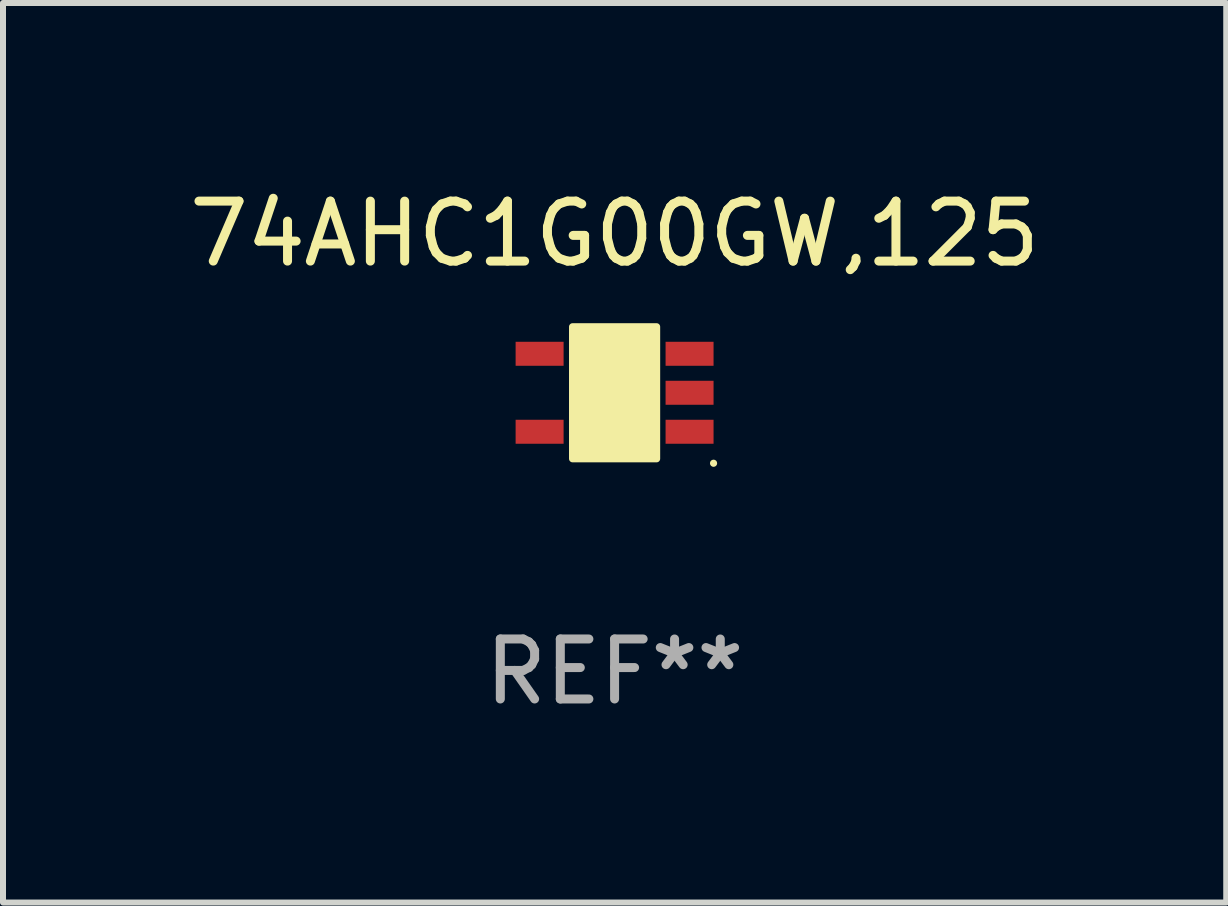
<source format=kicad_pcb>
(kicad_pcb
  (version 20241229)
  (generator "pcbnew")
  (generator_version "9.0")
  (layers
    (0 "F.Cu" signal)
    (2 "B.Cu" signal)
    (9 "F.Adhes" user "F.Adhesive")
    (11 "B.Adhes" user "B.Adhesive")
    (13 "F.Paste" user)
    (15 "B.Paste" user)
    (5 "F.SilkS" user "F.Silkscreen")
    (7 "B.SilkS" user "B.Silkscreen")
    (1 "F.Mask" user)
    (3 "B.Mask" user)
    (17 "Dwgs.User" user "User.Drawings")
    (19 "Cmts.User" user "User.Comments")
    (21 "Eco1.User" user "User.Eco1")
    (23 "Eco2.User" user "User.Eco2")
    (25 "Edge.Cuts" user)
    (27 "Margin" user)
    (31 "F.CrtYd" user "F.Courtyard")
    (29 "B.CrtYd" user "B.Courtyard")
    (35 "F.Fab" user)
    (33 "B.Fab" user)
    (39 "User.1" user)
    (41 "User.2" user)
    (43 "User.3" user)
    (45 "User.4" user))
  (footprint "74AHC1G00GW,125"
    (layer "F.Cu")
    (at 7.196 3.498)
    (property "Reference" "74AHC1G00GW,125" (at 0 -2.65 0) (layer "F.SilkS") (effects (font (size 1 1) (thickness 0.15))))
    (attr through_hole)
    (fp_arc (start 0.381001 0.637541) (mid 0.380995 0.636271) (end 0.381001 0.635001) (stroke (width 0.24892) (type solid)) (layer "F.SilkS"))
    (fp_circle (center 1.65 1.175) (end 1.68 1.175) (stroke (width 0.06) (type solid)) (fill no) (layer "F.SilkS"))
    (fp_poly (pts (xy -0.7 -1.1) (xy 0.7 -1.1) (xy 0.7 1.1) (xy -0.7 1.1)) (stroke (width 0.12) (type solid)) (fill yes) (layer "F.SilkS"))
    (fp_text user "REF**" (at 0 4.65 0) (layer "F.Fab") (effects (font (size 1 1) (thickness 0.15))))
    (pad "1" smd rect (at 1.25 0.65 270) (size 0.4 0.8) (layers "F.Cu" "F.Mask" "F.Paste"))
    (pad "2" smd rect (at 1.25 0 270) (size 0.4 0.8) (layers "F.Cu" "F.Mask" "F.Paste"))
    (pad "3" smd rect (at 1.25 -0.65 270) (size 0.4 0.8) (layers "F.Cu" "F.Mask" "F.Paste"))
    (pad "4" smd rect (at -1.25 -0.65 270) (size 0.4 0.8) (layers "F.Cu" "F.Mask" "F.Paste"))
    (pad "5" smd rect (at -1.25 0.65 270) (size 0.4 0.8) (layers "F.Cu" "F.Mask" "F.Paste")))
  (gr_rect
    (start -3 -3)
    (end 17.393 11.996)
    (stroke (width 0.1) (type default))
    (fill no)
    (layer "Edge.Cuts")))
</source>
